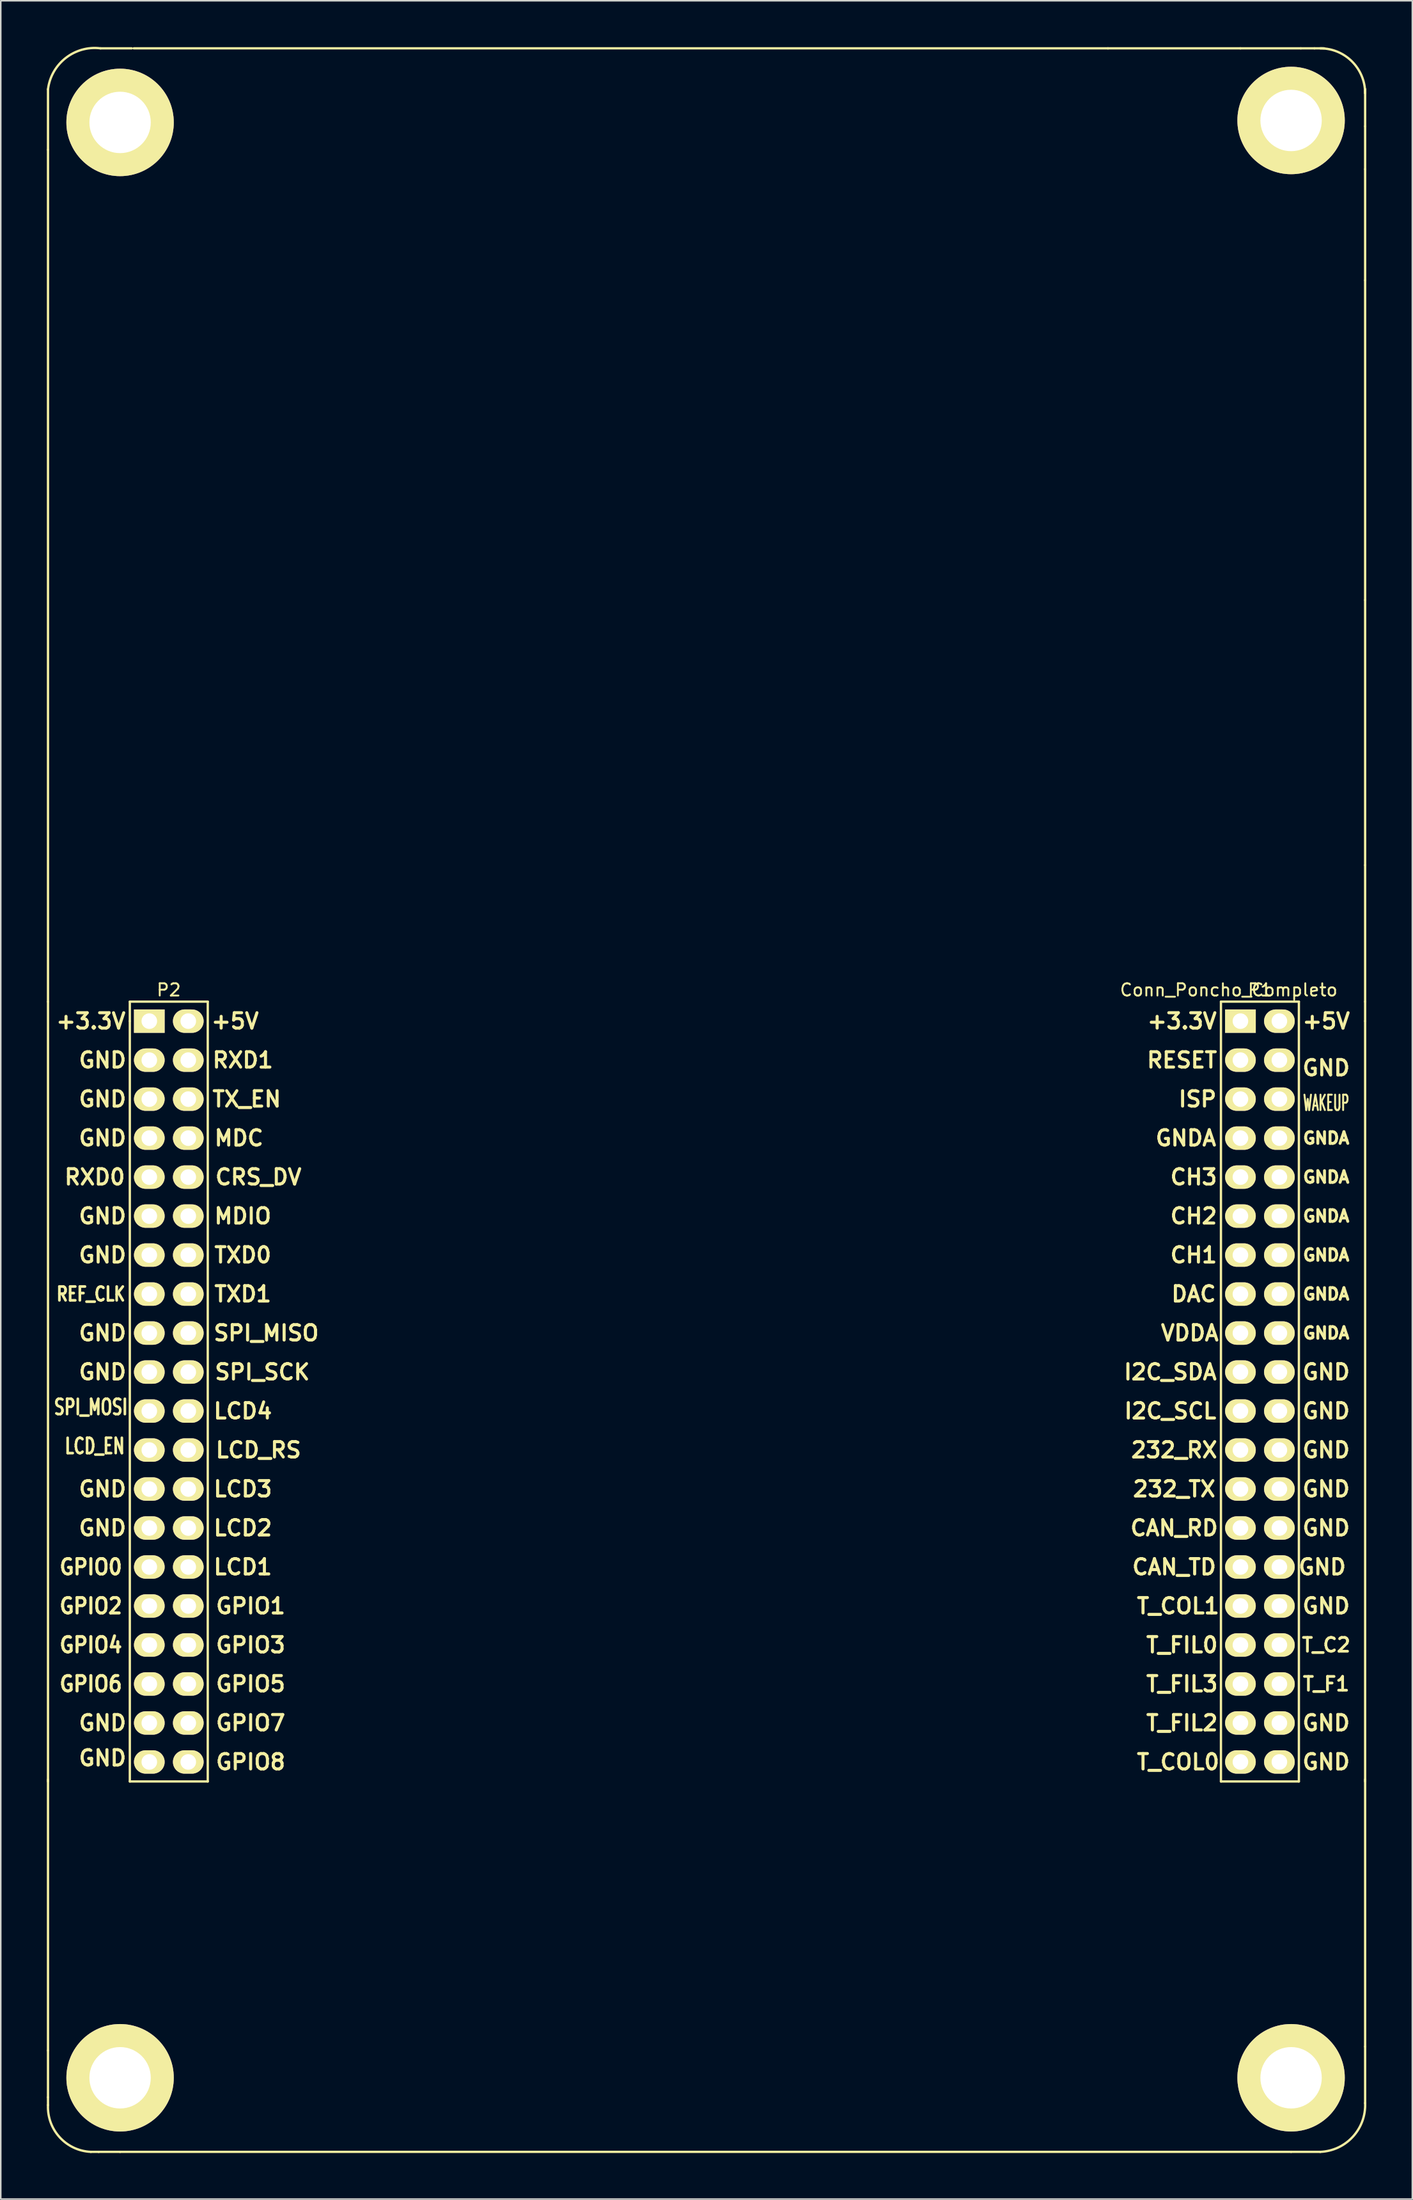
<source format=kicad_pcb>
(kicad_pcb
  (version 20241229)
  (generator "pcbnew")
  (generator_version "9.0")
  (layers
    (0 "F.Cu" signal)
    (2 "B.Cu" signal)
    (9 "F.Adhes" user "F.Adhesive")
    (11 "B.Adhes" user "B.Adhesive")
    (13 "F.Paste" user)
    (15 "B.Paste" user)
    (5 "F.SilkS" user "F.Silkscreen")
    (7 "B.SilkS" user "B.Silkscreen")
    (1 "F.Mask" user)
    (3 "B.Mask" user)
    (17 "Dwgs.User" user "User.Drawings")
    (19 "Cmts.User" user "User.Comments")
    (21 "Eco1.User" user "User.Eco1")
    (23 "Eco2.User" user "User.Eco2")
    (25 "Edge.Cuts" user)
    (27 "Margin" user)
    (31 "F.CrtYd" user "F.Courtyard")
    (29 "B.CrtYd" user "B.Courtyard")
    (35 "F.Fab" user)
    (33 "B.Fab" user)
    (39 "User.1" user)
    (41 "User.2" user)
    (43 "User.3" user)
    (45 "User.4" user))
  (footprint "Conn_Poncho_Completo"
    (layer "F.Cu")
    (at 77.802 63.472)
    (property "Reference" "Conn_Poncho_Completo" (at -0.762 -2.032 0) (layer "F.SilkS") (effects (font (size 0.8 0.8) (thickness 0.12))))
    (attr through_hole)
    (fp_line (start -77.724 -60.706) (end -77.724 -56.769) (stroke (width 0.15) (type solid)) (layer "F.SilkS"))
    (fp_line (start -77.724 -1.27) (end -77.724 -56.769) (stroke (width 0.15) (type solid)) (layer "F.SilkS"))
    (fp_line (start -77.724 -1.27) (end -77.724 49.53) (stroke (width 0.15) (type solid)) (layer "F.SilkS"))
    (fp_line (start -77.724 49.403) (end -77.724 67.056) (stroke (width 0.15) (type solid)) (layer "F.SilkS"))
    (fp_line (start -77.724 67.056) (end -77.724 70.104) (stroke (width 0.15) (type solid)) (layer "F.SilkS"))
    (fp_line (start -77.724 70.612) (end -77.724 70.104) (stroke (width 0.15) (type solid)) (layer "F.SilkS"))
    (fp_line (start -74.422 73.66) (end -74.93 73.66) (stroke (width 0.15) (type solid)) (layer "F.SilkS"))
    (fp_line (start -73.025 73.66) (end -74.422 73.66) (stroke (width 0.15) (type solid)) (layer "F.SilkS"))
    (fp_line (start -72.39 -1.27) (end -67.31 -1.27) (stroke (width 0.15) (type solid)) (layer "F.SilkS"))
    (fp_line (start -72.39 0) (end -72.39 -1.27) (stroke (width 0.15) (type solid)) (layer "F.SilkS"))
    (fp_line (start -72.39 49.53) (end -72.39 0) (stroke (width 0.15) (type solid)) (layer "F.SilkS"))
    (fp_line (start -72.263 -63.373) (end -74.295 -63.373) (stroke (width 0.15) (type solid)) (layer "F.SilkS"))
    (fp_line (start -67.31 -1.27) (end -67.31 49.53) (stroke (width 0.15) (type solid)) (layer "F.SilkS"))
    (fp_line (start -67.31 49.53) (end -72.39 49.53) (stroke (width 0.15) (type solid)) (layer "F.SilkS"))
    (fp_line (start -8.636 -63.373) (end -72.136 -63.373) (stroke (width 0.15) (type solid)) (layer "F.SilkS"))
    (fp_line (start -1.27 49.53) (end -1.27 -1.27) (stroke (width 0.15) (type solid)) (layer "F.SilkS"))
    (fp_line (start 0 -63.373) (end -8.636 -63.373) (stroke (width 0.15) (type solid)) (layer "F.SilkS"))
    (fp_line (start 0 -63.373) (end 3.937 -63.373) (stroke (width 0.15) (type solid)) (layer "F.SilkS"))
    (fp_line (start 3.302 73.66) (end -73.025 73.66) (stroke (width 0.15) (type solid)) (layer "F.SilkS"))
    (fp_line (start 3.302 73.66) (end 5.207 73.66) (stroke (width 0.15) (type solid)) (layer "F.SilkS"))
    (fp_line (start 3.81 -1.27) (end -1.27 -1.27) (stroke (width 0.15) (type solid)) (layer "F.SilkS"))
    (fp_line (start 3.81 49.53) (end -1.27 49.53) (stroke (width 0.15) (type solid)) (layer "F.SilkS"))
    (fp_line (start 3.81 49.53) (end 3.81 -1.27) (stroke (width 0.15) (type solid)) (layer "F.SilkS"))
    (fp_line (start 3.937 -63.373) (end 4.826 -63.373) (stroke (width 0.15) (type solid)) (layer "F.SilkS"))
    (fp_line (start 5.461 -63.373) (end 4.826 -63.373) (stroke (width 0.15) (type solid)) (layer "F.SilkS"))
    (fp_line (start 8.128 -60.706) (end 8.128 -60.452) (stroke (width 0.15) (type solid)) (layer "F.SilkS"))
    (fp_line (start 8.128 -60.579) (end 8.128 -60.706) (stroke (width 0.15) (type solid)) (layer "F.SilkS"))
    (fp_line (start 8.128 -58.293) (end 8.128 -60.579) (stroke (width 0.15) (type solid)) (layer "F.SilkS"))
    (fp_line (start 8.128 -55.499) (end 8.128 -58.293) (stroke (width 0.15) (type solid)) (layer "F.SilkS"))
    (fp_line (start 8.128 -48.26) (end 8.128 -55.499) (stroke (width 0.15) (type solid)) (layer "F.SilkS"))
    (fp_line (start 8.128 -27.432) (end 8.128 -48.26) (stroke (width 0.15) (type solid)) (layer "F.SilkS"))
    (fp_line (start 8.128 -10.16) (end 8.128 -27.432) (stroke (width 0.15) (type solid)) (layer "F.SilkS"))
    (fp_line (start 8.128 -1.27) (end 8.128 -10.16) (stroke (width 0.15) (type solid)) (layer "F.SilkS"))
    (fp_line (start 8.128 0) (end 8.128 -1.27) (stroke (width 0.15) (type solid)) (layer "F.SilkS"))
    (fp_line (start 8.128 0) (end 8.128 49.53) (stroke (width 0.15) (type solid)) (layer "F.SilkS"))
    (fp_line (start 8.128 49.403) (end 8.128 66.802) (stroke (width 0.15) (type solid)) (layer "F.SilkS"))
    (fp_line (start 8.128 66.802) (end 8.128 70.485) (stroke (width 0.15) (type solid)) (layer "F.SilkS"))
    (fp_arc (start -77.724 -60.706) (mid -76.561854 -62.749669) (end -74.295 -63.373) (stroke (width 0.15) (type solid)) (layer "F.SilkS"))
    (fp_arc (start -74.93 73.66) (mid -76.958261 72.714656) (end -77.724 70.612) (stroke (width 0.15) (type solid)) (layer "F.SilkS"))
    (fp_arc (start 5.207 -63.373) (mid 7.272459 -62.517459) (end 8.128 -60.452) (stroke (width 0.15) (type solid)) (layer "F.SilkS"))
    (fp_arc (start 8.128 70.485) (mid 7.325064 72.677459) (end 5.207 73.66) (stroke (width 0.15) (type solid)) (layer "F.SilkS"))
    (fp_text user "GND" (at 5.588 48.26 0) (layer "F.SilkS") (effects (font (size 1 1) (thickness 0.2))))
    (fp_text user "SPI_MOSI" (at -74.93 25.146 0) (layer "F.SilkS") (effects (font (size 1 0.7) (thickness 0.17))))
    (fp_text user "TX_EN" (at -64.77 5.08 0) (layer "F.SilkS") (effects (font (size 1 1) (thickness 0.2))))
    (fp_text user "T_FIL3" (at -3.81 43.18 0) (layer "F.SilkS") (effects (font (size 1 1) (thickness 0.2))))
    (fp_text user "GND" (at -74.168 33.02 0) (layer "F.SilkS") (effects (font (size 1 1) (thickness 0.2))))
    (fp_text user "232_TX" (at -4.318 30.48 0) (layer "F.SilkS") (effects (font (size 1 1) (thickness 0.2))))
    (fp_text user "GPIO1" (at -64.516 38.1 0) (layer "F.SilkS") (effects (font (size 1 1) (thickness 0.2))))
    (fp_text user "T_FIL2" (at -3.81 45.72 0) (layer "F.SilkS") (effects (font (size 1 1) (thickness 0.2))))
    (fp_text user "232_RX" (at -4.318 27.94 0) (layer "F.SilkS") (effects (font (size 1 1) (thickness 0.2))))
    (fp_text user "GNDA" (at -3.556 7.62 0) (layer "F.SilkS") (effects (font (size 1 1) (thickness 0.2))))
    (fp_text user "T_C2" (at 5.588 40.64 0) (layer "F.SilkS") (effects (font (size 0.9 0.9) (thickness 0.18))))
    (fp_text user "GND" (at 5.588 25.4 0) (layer "F.SilkS") (effects (font (size 1 1) (thickness 0.2))))
    (fp_text user "T_COL0" (at -4.064 48.26 0) (layer "F.SilkS") (effects (font (size 1 1) (thickness 0.2))))
    (fp_text user "GNDA" (at 5.588 15.24 0) (layer "F.SilkS") (effects (font (size 0.76 0.76) (thickness 0.19))))
    (fp_text user "LCD2" (at -65.024 33.02 0) (layer "F.SilkS") (effects (font (size 1 1) (thickness 0.2))))
    (fp_text user "GND" (at -74.168 20.32 0) (layer "F.SilkS") (effects (font (size 1 1) (thickness 0.2))))
    (fp_text user "REF_CLK" (at -74.93 17.78 0) (layer "F.SilkS") (effects (font (size 0.9 0.7) (thickness 0.175))))
    (fp_text user "CH3" (at -3.048 10.16 0) (layer "F.SilkS") (effects (font (size 1 1) (thickness 0.2))))
    (fp_text user "+5V" (at -65.532 0 0) (layer "F.SilkS") (effects (font (size 1 1) (thickness 0.2))))
    (fp_text user "GPIO4" (at -74.93 40.64 0) (layer "F.SilkS") (effects (font (size 1 0.9) (thickness 0.2))))
    (fp_text user "VDDA" (at -3.302 20.32 0) (layer "F.SilkS") (effects (font (size 1 1) (thickness 0.2))))
    (fp_text user "GPIO5" (at -64.516 43.18 0) (layer "F.SilkS") (effects (font (size 1 1) (thickness 0.2))))
    (fp_text user "ISP" (at -2.794 5.08 0) (layer "F.SilkS") (effects (font (size 1 1) (thickness 0.2))))
    (fp_text user "GND" (at 5.588 30.48 0) (layer "F.SilkS") (effects (font (size 1 1) (thickness 0.2))))
    (fp_text user "GND" (at 5.334 35.56 0) (layer "F.SilkS") (effects (font (size 1 1) (thickness 0.2))))
    (fp_text user "GPIO6" (at -74.93 43.18 0) (layer "F.SilkS") (effects (font (size 1 0.9) (thickness 0.2))))
    (fp_text user "RXD0" (at -74.676 10.16 0) (layer "F.SilkS") (effects (font (size 1 1) (thickness 0.2))))
    (fp_text user "LCD1" (at -65.024 35.56 0) (layer "F.SilkS") (effects (font (size 1 1) (thickness 0.2))))
    (fp_text user "GND" (at -74.168 45.72 0) (layer "F.SilkS") (effects (font (size 1 1) (thickness 0.2))))
    (fp_text user "GPIO0" (at -74.93 35.56 0) (layer "F.SilkS") (effects (font (size 1 0.9) (thickness 0.2))))
    (fp_text user "LCD_EN" (at -74.676 27.686 0) (layer "F.SilkS") (effects (font (size 1 0.7) (thickness 0.17))))
    (fp_text user "CAN_TD" (at -4.318 35.56 0) (layer "F.SilkS") (effects (font (size 1 1) (thickness 0.2))))
    (fp_text user "GND" (at -74.168 22.86 0) (layer "F.SilkS") (effects (font (size 1 1) (thickness 0.2))))
    (fp_text user "CH2" (at -3.048 12.7 0) (layer "F.SilkS") (effects (font (size 1 1) (thickness 0.2))))
    (fp_text user "GND" (at 5.588 22.86 0) (layer "F.SilkS") (effects (font (size 1 1) (thickness 0.2))))
    (fp_text user "MDC" (at -65.278 7.62 0) (layer "F.SilkS") (effects (font (size 1 1) (thickness 0.2))))
    (fp_text user "LCD4" (at -65.024 25.4 0) (layer "F.SilkS") (effects (font (size 1 1) (thickness 0.2))))
    (fp_text user "CRS_DV" (at -64.008 10.16 0) (layer "F.SilkS") (effects (font (size 1 1) (thickness 0.2))))
    (fp_text user "GPIO7" (at -64.516 45.72 0) (layer "F.SilkS") (effects (font (size 1 1) (thickness 0.2))))
    (fp_text user "GND" (at -74.168 2.54 0) (layer "F.SilkS") (effects (font (size 1 1) (thickness 0.2))))
    (fp_text user "GPIO8" (at -64.516 48.26 0) (layer "F.SilkS") (effects (font (size 1 1) (thickness 0.2))))
    (fp_text user "GPIO3" (at -64.516 40.64 0) (layer "F.SilkS") (effects (font (size 1 1) (thickness 0.2))))
    (fp_text user "I2C_SCL" (at -4.572 25.4 0) (layer "F.SilkS") (effects (font (size 1 1) (thickness 0.2))))
    (fp_text user "SPI_MISO" (at -63.5 20.32 0) (layer "F.SilkS") (effects (font (size 1 1) (thickness 0.2))))
    (fp_text user "T_FIL0" (at -3.81 40.64 0) (layer "F.SilkS") (effects (font (size 1 1) (thickness 0.2))))
    (fp_text user "CAN_RD" (at -4.318 33.02 0) (layer "F.SilkS") (effects (font (size 1 1) (thickness 0.2))))
    (fp_text user "GND" (at -74.168 30.48 0) (layer "F.SilkS") (effects (font (size 1 1) (thickness 0.2))))
    (fp_text user "GNDA" (at 5.588 10.16 0) (layer "F.SilkS") (effects (font (size 0.76 0.76) (thickness 0.19))))
    (fp_text user "GNDA" (at 5.588 17.78 0) (layer "F.SilkS") (effects (font (size 0.76 0.76) (thickness 0.19))))
    (fp_text user "GND" (at -74.168 5.08 0) (layer "F.SilkS") (effects (font (size 1 1) (thickness 0.2))))
    (fp_text user "SPI_SCK" (at -63.754 22.86 0) (layer "F.SilkS") (effects (font (size 1 1) (thickness 0.2))))
    (fp_text user "GND" (at -74.168 48.006 0) (layer "F.SilkS") (effects (font (size 1 1) (thickness 0.2))))
    (fp_text user "WAKEUP" (at 5.588 5.334 0) (layer "F.SilkS") (effects (font (size 1 0.5) (thickness 0.125))))
    (fp_text user "I2C_SDA" (at -4.572 22.86 0) (layer "F.SilkS") (effects (font (size 1 1) (thickness 0.2))))
    (fp_text user "GND" (at -74.168 12.7 0) (layer "F.SilkS") (effects (font (size 1 1) (thickness 0.2))))
    (fp_text user "GND" (at -74.168 7.62 0) (layer "F.SilkS") (effects (font (size 1 1) (thickness 0.2))))
    (fp_text user "P1" (at 1.27 -2.032 0) (layer "F.SilkS") (effects (font (size 0.8 0.8) (thickness 0.12))))
    (fp_text user "GND" (at 5.588 3.048 0) (layer "F.SilkS") (effects (font (size 1 1) (thickness 0.2))))
    (fp_text user "T_COL1" (at -4.064 38.1 0) (layer "F.SilkS") (effects (font (size 1 1) (thickness 0.2))))
    (fp_text user "GND" (at 5.588 27.94 0) (layer "F.SilkS") (effects (font (size 1 1) (thickness 0.2))))
    (fp_text user "CH1" (at -3.048 15.24 0) (layer "F.SilkS") (effects (font (size 1 1) (thickness 0.2))))
    (fp_text user "+5V" (at 5.588 0 0) (layer "F.SilkS") (effects (font (size 1 1) (thickness 0.2))))
    (fp_text user "LCD_RS" (at -64.008 27.94 0) (layer "F.SilkS") (effects (font (size 1 1) (thickness 0.2))))
    (fp_text user "GNDA" (at 5.588 7.62 0) (layer "F.SilkS") (effects (font (size 0.76 0.76) (thickness 0.19))))
    (fp_text user "LCD3" (at -65.024 30.48 0) (layer "F.SilkS") (effects (font (size 1 1) (thickness 0.2))))
    (fp_text user "T_F1" (at 5.588 43.18 0) (layer "F.SilkS") (effects (font (size 0.9 0.9) (thickness 0.18))))
    (fp_text user "GPIO2" (at -74.93 38.1 0) (layer "F.SilkS") (effects (font (size 1 0.9) (thickness 0.2))))
    (fp_text user "RESET" (at -3.81 2.54 0) (layer "F.SilkS") (effects (font (size 1 1) (thickness 0.2))))
    (fp_text user "GND" (at 5.588 45.72 0) (layer "F.SilkS") (effects (font (size 1 1) (thickness 0.2))))
    (fp_text user "DAC" (at -3.048 17.78 0) (layer "F.SilkS") (effects (font (size 1 1) (thickness 0.2))))
    (fp_text user "RXD1" (at -65.024 2.54 0) (layer "F.SilkS") (effects (font (size 1 1) (thickness 0.2))))
    (fp_text user "GND" (at -74.168 15.24 0) (layer "F.SilkS") (effects (font (size 1 1) (thickness 0.2))))
    (fp_text user "GND" (at 5.588 33.02 0) (layer "F.SilkS") (effects (font (size 1 1) (thickness 0.2))))
    (fp_text user "TXD1" (at -65.024 17.78 0) (layer "F.SilkS") (effects (font (size 1 1) (thickness 0.2))))
    (fp_text user "+3.3V" (at -74.93 0 0) (layer "F.SilkS") (effects (font (size 1 1) (thickness 0.2))))
    (fp_text user "GND" (at 5.588 38.1 0) (layer "F.SilkS") (effects (font (size 1 1) (thickness 0.2))))
    (fp_text user "GNDA" (at 5.588 20.32 0) (layer "F.SilkS") (effects (font (size 0.76 0.76) (thickness 0.19))))
    (fp_text user "MDIO" (at -65.024 12.7 0) (layer "F.SilkS") (effects (font (size 1 1) (thickness 0.2))))
    (fp_text user "GNDA" (at 5.588 12.7 0) (layer "F.SilkS") (effects (font (size 0.76 0.76) (thickness 0.19))))
    (fp_text user "TXD0" (at -65.024 15.24 0) (layer "F.SilkS") (effects (font (size 1 1) (thickness 0.2))))
    (fp_text user "P2" (at -69.85 -2.032 0) (layer "F.SilkS") (effects (font (size 0.8 0.8) (thickness 0.12))))
    (fp_text user "+3.3V" (at -3.81 0 0) (layer "F.SilkS") (effects (font (size 1 1) (thickness 0.2))))
    (pad "1" thru_hole rect (at 0 0 270) (size 1.524 2) (drill 1.016) (layers "*.Cu" "*.Mask" "F.SilkS"))
    (pad "2" thru_hole oval (at 2.54 0 270) (size 1.524 2) (drill 1.016) (layers "*.Cu" "*.Mask" "F.SilkS"))
    (pad "3" thru_hole oval (at 0 2.54 270) (size 1.524 2) (drill 1.016) (layers "*.Cu" "*.Mask" "F.SilkS"))
    (pad "4" thru_hole oval (at 2.54 2.54 270) (size 1.524 2) (drill 1.016) (layers "*.Cu" "*.Mask" "F.SilkS"))
    (pad "5" thru_hole oval (at 0 5.08 270) (size 1.524 2) (drill 1.016) (layers "*.Cu" "*.Mask" "F.SilkS"))
    (pad "6" thru_hole oval (at 2.54 5.08 270) (size 1.524 2) (drill 1.016) (layers "*.Cu" "*.Mask" "F.SilkS"))
    (pad "7" thru_hole oval (at 0 7.62 270) (size 1.524 2) (drill 1.016) (layers "*.Cu" "*.Mask" "F.SilkS"))
    (pad "8" thru_hole oval (at 2.54 7.62 270) (size 1.524 2) (drill 1.016) (layers "*.Cu" "*.Mask" "F.SilkS"))
    (pad "9" thru_hole oval (at 0 10.16 270) (size 1.524 2) (drill 1.016) (layers "*.Cu" "*.Mask" "F.SilkS"))
    (pad "10" thru_hole oval (at 2.54 10.16 270) (size 1.524 2) (drill 1.016) (layers "*.Cu" "*.Mask" "F.SilkS"))
    (pad "11" thru_hole oval (at 0 12.7 270) (size 1.524 2) (drill 1.016) (layers "*.Cu" "*.Mask" "F.SilkS"))
    (pad "12" thru_hole oval (at 2.54 12.7 270) (size 1.524 2) (drill 1.016) (layers "*.Cu" "*.Mask" "F.SilkS"))
    (pad "13" thru_hole oval (at 0 15.24 270) (size 1.524 2) (drill 1.016) (layers "*.Cu" "*.Mask" "F.SilkS"))
    (pad "14" thru_hole oval (at 2.54 15.24 270) (size 1.524 2) (drill 1.016) (layers "*.Cu" "*.Mask" "F.SilkS"))
    (pad "15" thru_hole oval (at 0 17.78 270) (size 1.524 2) (drill 1.016) (layers "*.Cu" "*.Mask" "F.SilkS"))
    (pad "16" thru_hole oval (at 2.54 17.78 270) (size 1.524 2) (drill 1.016) (layers "*.Cu" "*.Mask" "F.SilkS"))
    (pad "17" thru_hole oval (at 0 20.32 270) (size 1.524 2) (drill 1.016) (layers "*.Cu" "*.Mask" "F.SilkS"))
    (pad "18" thru_hole oval (at 2.54 20.32 270) (size 1.524 2) (drill 1.016) (layers "*.Cu" "*.Mask" "F.SilkS"))
    (pad "19" thru_hole oval (at 0 22.86 270) (size 1.524 2) (drill 1.016) (layers "*.Cu" "*.Mask" "F.SilkS"))
    (pad "20" thru_hole oval (at 2.54 22.86 270) (size 1.524 2) (drill 1.016) (layers "*.Cu" "*.Mask" "F.SilkS"))
    (pad "21" thru_hole oval (at 0 25.4 270) (size 1.524 2) (drill 1.016) (layers "*.Cu" "*.Mask" "F.SilkS"))
    (pad "22" thru_hole oval (at 2.54 25.4 270) (size 1.524 2) (drill 1.016) (layers "*.Cu" "*.Mask" "F.SilkS"))
    (pad "23" thru_hole oval (at 0 27.94 270) (size 1.524 2) (drill 1.016) (layers "*.Cu" "*.Mask" "F.SilkS"))
    (pad "24" thru_hole oval (at 2.54 27.94 270) (size 1.524 2) (drill 1.016) (layers "*.Cu" "*.Mask" "F.SilkS"))
    (pad "25" thru_hole oval (at 0 30.48 270) (size 1.524 2) (drill 1.016) (layers "*.Cu" "*.Mask" "F.SilkS"))
    (pad "26" thru_hole oval (at 2.54 30.48 270) (size 1.524 2) (drill 1.016) (layers "*.Cu" "*.Mask" "F.SilkS"))
    (pad "27" thru_hole oval (at 0 33.02 270) (size 1.524 2) (drill 1.016) (layers "*.Cu" "*.Mask" "F.SilkS"))
    (pad "28" thru_hole oval (at 2.54 33.02 270) (size 1.524 2) (drill 1.016) (layers "*.Cu" "*.Mask" "F.SilkS"))
    (pad "29" thru_hole oval (at 0 35.56 270) (size 1.524 2) (drill 1.016) (layers "*.Cu" "*.Mask" "F.SilkS"))
    (pad "30" thru_hole oval (at 2.54 35.56 270) (size 1.524 2) (drill 1.016) (layers "*.Cu" "*.Mask" "F.SilkS"))
    (pad "31" thru_hole oval (at 0 38.1 270) (size 1.524 2) (drill 1.016) (layers "*.Cu" "*.Mask" "F.SilkS"))
    (pad "32" thru_hole oval (at 2.54 38.1 270) (size 1.524 2) (drill 1.016) (layers "*.Cu" "*.Mask" "F.SilkS"))
    (pad "33" thru_hole oval (at 0 40.64 270) (size 1.524 2) (drill 1.016) (layers "*.Cu" "*.Mask" "F.SilkS"))
    (pad "34" thru_hole oval (at 2.54 40.64 270) (size 1.524 2) (drill 1.016) (layers "*.Cu" "*.Mask" "F.SilkS"))
    (pad "35" thru_hole oval (at 0 43.18 270) (size 1.524 2) (drill 1.016) (layers "*.Cu" "*.Mask" "F.SilkS"))
    (pad "36" thru_hole oval (at 2.54 43.18 270) (size 1.524 2) (drill 1.016) (layers "*.Cu" "*.Mask" "F.SilkS"))
    (pad "37" thru_hole oval (at 0 45.72 270) (size 1.524 2) (drill 1.016) (layers "*.Cu" "*.Mask" "F.SilkS"))
    (pad "38" thru_hole oval (at 2.54 45.72 270) (size 1.524 2) (drill 1.016) (layers "*.Cu" "*.Mask" "F.SilkS"))
    (pad "39" thru_hole oval (at 0 48.26 270) (size 1.524 2) (drill 1.016) (layers "*.Cu" "*.Mask" "F.SilkS"))
    (pad "40" thru_hole oval (at 2.54 48.26 270) (size 1.524 2) (drill 1.016) (layers "*.Cu" "*.Mask" "F.SilkS"))
    (pad "41" thru_hole rect (at -71.12 0 270) (size 1.524 2) (drill 1.016) (layers "*.Cu" "*.Mask" "F.SilkS"))
    (pad "42" thru_hole oval (at -68.58 0 270) (size 1.524 2) (drill 1.016) (layers "*.Cu" "*.Mask" "F.SilkS"))
    (pad "43" thru_hole oval (at -71.12 2.54 270) (size 1.524 2) (drill 1.016) (layers "*.Cu" "*.Mask" "F.SilkS"))
    (pad "44" thru_hole oval (at -68.58 2.54 270) (size 1.524 2) (drill 1.016) (layers "*.Cu" "*.Mask" "F.SilkS"))
    (pad "45" thru_hole oval (at -71.12 5.08 270) (size 1.524 2) (drill 1.016) (layers "*.Cu" "*.Mask" "F.SilkS"))
    (pad "46" thru_hole oval (at -68.58 5.08 270) (size 1.524 2) (drill 1.016) (layers "*.Cu" "*.Mask" "F.SilkS"))
    (pad "47" thru_hole oval (at -71.12 7.62 270) (size 1.524 2) (drill 1.016) (layers "*.Cu" "*.Mask" "F.SilkS"))
    (pad "48" thru_hole oval (at -68.58 7.62 270) (size 1.524 2) (drill 1.016) (layers "*.Cu" "*.Mask" "F.SilkS"))
    (pad "49" thru_hole oval (at -71.12 10.16 270) (size 1.524 2) (drill 1.016) (layers "*.Cu" "*.Mask" "F.SilkS"))
    (pad "50" thru_hole oval (at -68.58 10.16 270) (size 1.524 2) (drill 1.016) (layers "*.Cu" "*.Mask" "F.SilkS"))
    (pad "51" thru_hole oval (at -71.12 12.7 270) (size 1.524 2) (drill 1.016) (layers "*.Cu" "*.Mask" "F.SilkS"))
    (pad "52" thru_hole oval (at -68.58 12.7 270) (size 1.524 2) (drill 1.016) (layers "*.Cu" "*.Mask" "F.SilkS"))
    (pad "53" thru_hole oval (at -71.12 15.24 270) (size 1.524 2) (drill 1.016) (layers "*.Cu" "*.Mask" "F.SilkS"))
    (pad "54" thru_hole oval (at -68.58 15.24 270) (size 1.524 2) (drill 1.016) (layers "*.Cu" "*.Mask" "F.SilkS"))
    (pad "55" thru_hole oval (at -71.12 17.78 270) (size 1.524 2) (drill 1.016) (layers "*.Cu" "*.Mask" "F.SilkS"))
    (pad "56" thru_hole oval (at -68.58 17.78 270) (size 1.524 2) (drill 1.016) (layers "*.Cu" "*.Mask" "F.SilkS"))
    (pad "57" thru_hole oval (at -71.12 20.32 270) (size 1.524 2) (drill 1.016) (layers "*.Cu" "*.Mask" "F.SilkS"))
    (pad "58" thru_hole oval (at -68.58 20.32 270) (size 1.524 2) (drill 1.016) (layers "*.Cu" "*.Mask" "F.SilkS"))
    (pad "59" thru_hole oval (at -71.12 22.86 270) (size 1.524 2) (drill 1.016) (layers "*.Cu" "*.Mask" "F.SilkS"))
    (pad "60" thru_hole oval (at -68.58 22.86 270) (size 1.524 2) (drill 1.016) (layers "*.Cu" "*.Mask" "F.SilkS"))
    (pad "61" thru_hole oval (at -71.12 25.4 270) (size 1.524 2) (drill 1.016) (layers "*.Cu" "*.Mask" "F.SilkS"))
    (pad "62" thru_hole oval (at -68.58 25.4 270) (size 1.524 2) (drill 1.016) (layers "*.Cu" "*.Mask" "F.SilkS"))
    (pad "63" thru_hole oval (at -71.12 27.94 270) (size 1.524 2) (drill 1.016) (layers "*.Cu" "*.Mask" "F.SilkS"))
    (pad "64" thru_hole oval (at -68.58 27.94 270) (size 1.524 2) (drill 1.016) (layers "*.Cu" "*.Mask" "F.SilkS"))
    (pad "65" thru_hole oval (at -71.12 30.48 270) (size 1.524 2) (drill 1.016) (layers "*.Cu" "*.Mask" "F.SilkS"))
    (pad "66" thru_hole oval (at -68.58 30.48 270) (size 1.524 2) (drill 1.016) (layers "*.Cu" "*.Mask" "F.SilkS"))
    (pad "67" thru_hole oval (at -71.12 33.02 270) (size 1.524 2) (drill 1.016) (layers "*.Cu" "*.Mask" "F.SilkS"))
    (pad "68" thru_hole oval (at -68.58 33.02 270) (size 1.524 2) (drill 1.016) (layers "*.Cu" "*.Mask" "F.SilkS"))
    (pad "69" thru_hole oval (at -71.12 35.56 270) (size 1.524 2) (drill 1.016) (layers "*.Cu" "*.Mask" "F.SilkS"))
    (pad "70" thru_hole oval (at -68.58 35.56 270) (size 1.524 2) (drill 1.016) (layers "*.Cu" "*.Mask" "F.SilkS"))
    (pad "71" thru_hole oval (at -71.12 38.1 270) (size 1.524 2) (drill 1.016) (layers "*.Cu" "*.Mask" "F.SilkS"))
    (pad "72" thru_hole oval (at -68.58 38.1 270) (size 1.524 2) (drill 1.016) (layers "*.Cu" "*.Mask" "F.SilkS"))
    (pad "73" thru_hole oval (at -71.12 40.64 270) (size 1.524 2) (drill 1.016) (layers "*.Cu" "*.Mask" "F.SilkS"))
    (pad "74" thru_hole oval (at -68.58 40.64 270) (size 1.524 2) (drill 1.016) (layers "*.Cu" "*.Mask" "F.SilkS"))
    (pad "75" thru_hole oval (at -71.12 43.18 270) (size 1.524 2) (drill 1.016) (layers "*.Cu" "*.Mask" "F.SilkS"))
    (pad "76" thru_hole oval (at -68.58 43.18 270) (size 1.524 2) (drill 1.016) (layers "*.Cu" "*.Mask" "F.SilkS"))
    (pad "77" thru_hole oval (at -71.12 45.72 270) (size 1.524 2) (drill 1.016) (layers "*.Cu" "*.Mask" "F.SilkS"))
    (pad "78" thru_hole oval (at -68.58 45.72 270) (size 1.524 2) (drill 1.016) (layers "*.Cu" "*.Mask" "F.SilkS"))
    (pad "79" thru_hole oval (at -71.12 48.26 270) (size 1.524 2) (drill 1.016) (layers "*.Cu" "*.Mask" "F.SilkS"))
    (pad "80" thru_hole oval (at -68.58 48.26 270) (size 1.524 2) (drill 1.016) (layers "*.Cu" "*.Mask" "F.SilkS"))
    (pad "~" thru_hole circle (at -73.025 -58.547) (size 7 7) (drill 4) (layers "*.Cu" "*.Mask" "F.SilkS"))
    (pad "~" thru_hole circle (at -73.025 68.834) (size 7 7) (drill 4) (layers "*.Cu" "*.Mask" "F.SilkS"))
    (pad "~" thru_hole circle (at 3.302 -58.674) (size 7 7) (drill 4) (layers "*.Cu" "*.Mask" "F.SilkS"))
    (pad "~" thru_hole circle (at 3.302 68.834) (size 7 7) (drill 4) (layers "*.Cu" "*.Mask" "F.SilkS")))
  (gr_rect
    (start -3 -3)
    (end 89.007 140.207)
    (stroke (width 0.1) (type default))
    (fill no)
    (layer "Edge.Cuts")))
</source>
